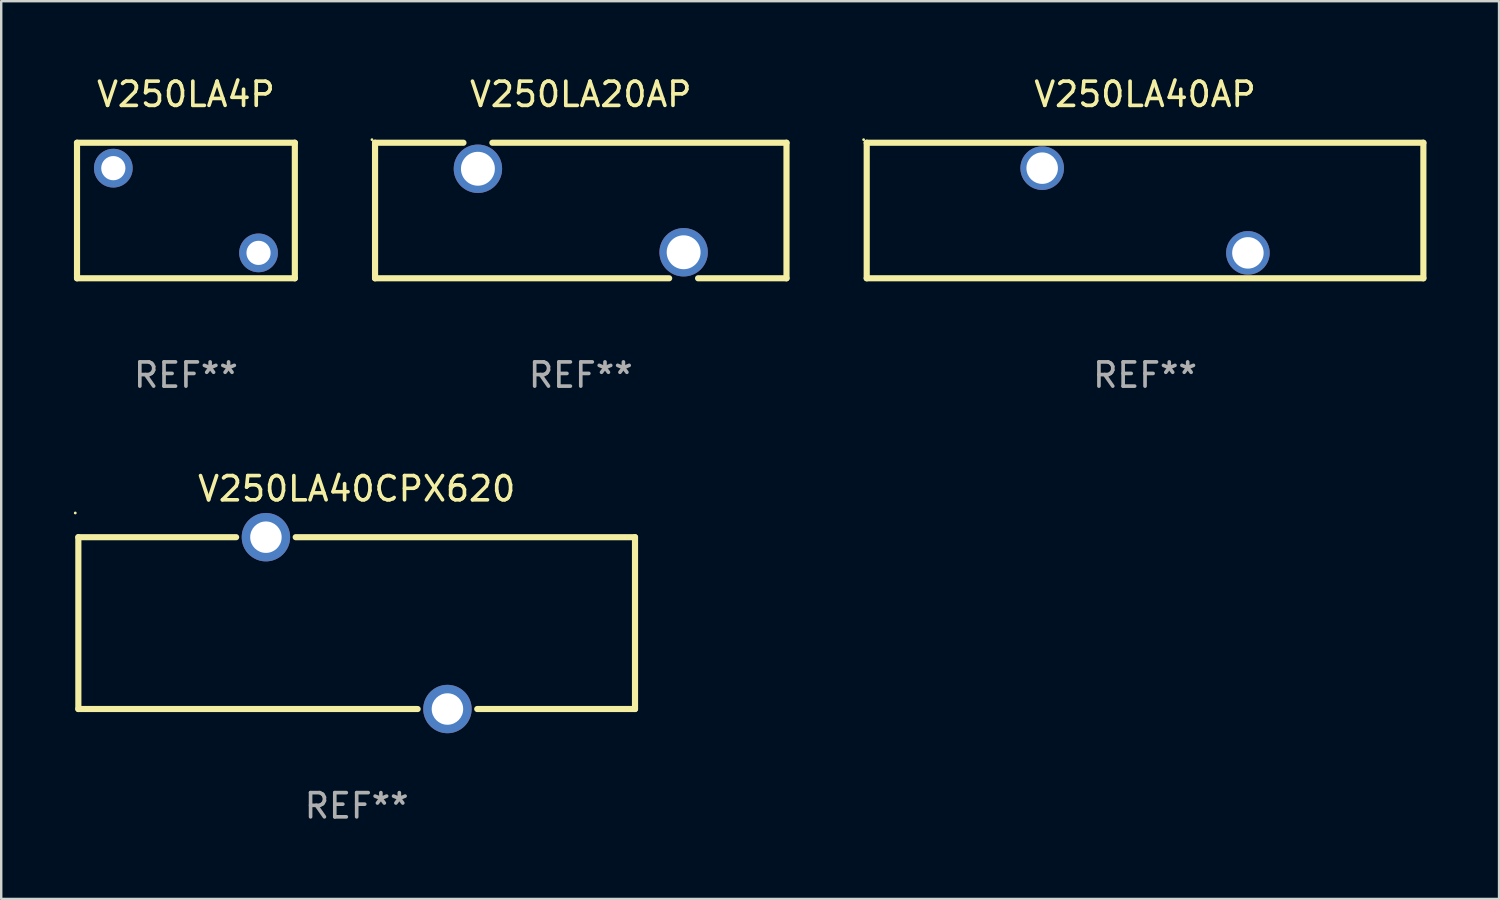
<source format=kicad_pcb>
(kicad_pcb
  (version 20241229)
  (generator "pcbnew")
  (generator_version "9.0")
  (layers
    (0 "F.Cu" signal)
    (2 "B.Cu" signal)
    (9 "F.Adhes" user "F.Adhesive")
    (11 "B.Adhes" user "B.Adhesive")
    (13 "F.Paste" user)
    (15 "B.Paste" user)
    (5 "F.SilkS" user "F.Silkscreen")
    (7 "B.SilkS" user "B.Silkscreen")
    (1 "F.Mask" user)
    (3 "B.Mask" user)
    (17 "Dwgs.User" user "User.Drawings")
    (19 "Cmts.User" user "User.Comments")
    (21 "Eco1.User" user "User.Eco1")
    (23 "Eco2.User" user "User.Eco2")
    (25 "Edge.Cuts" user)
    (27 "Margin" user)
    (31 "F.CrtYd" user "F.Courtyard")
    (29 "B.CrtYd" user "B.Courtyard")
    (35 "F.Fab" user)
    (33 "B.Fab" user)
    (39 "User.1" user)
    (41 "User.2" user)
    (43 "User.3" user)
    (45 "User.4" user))
  (footprint "V250LA40AP"
    (layer "F.Cu")
    (at 44.26 5.648)
    (property "Reference" "V250LA40AP" (at 0 -4.8 0) (layer "F.SilkS") (effects (font (size 1 1) (thickness 0.15))))
    (attr through_hole)
    (fp_line (start -11.5 -2.8) (end -11.5 2.8) (stroke (width 0.254) (type solid)) (layer "F.SilkS"))
    (fp_line (start -11.5 -2.8) (end 11.5 -2.8) (stroke (width 0.254) (type solid)) (layer "F.SilkS"))
    (fp_line (start 11.5 -2.8) (end 11.5 2.8) (stroke (width 0.254) (type solid)) (layer "F.SilkS"))
    (fp_line (start 11.5 2.8) (end -11.5 2.8) (stroke (width 0.254) (type solid)) (layer "F.SilkS"))
    (fp_circle (center -11.627 -2.927) (end -11.597 -2.927) (stroke (width 0.06) (type solid)) (fill no) (layer "F.SilkS"))
    (fp_text user "REF**" (at 0 6.8 0) (layer "F.Fab") (effects (font (size 1 1) (thickness 0.15))))
    (pad "1" thru_hole circle (at -4.25 -1.75) (size 1.8 1.8) (drill 1.3) (layers "*.Cu" "*.Mask"))
    (pad "2" thru_hole circle (at 4.25 1.75) (size 1.8 1.8) (drill 1.3) (layers "*.Cu" "*.Mask")))
  (footprint "V250LA40CPX620"
    (layer "F.Cu")
    (at 11.687 22.695)
    (property "Reference" "V250LA40CPX620" (at 0 -5.55 0) (layer "F.SilkS") (effects (font (size 1 1) (thickness 0.15))))
    (attr through_hole)
    (fp_line (start -11.5 -3.55) (end -4.981 -3.55) (stroke (width 0.254) (type solid)) (layer "F.SilkS"))
    (fp_line (start -11.5 3.55) (end -11.5 -3.55) (stroke (width 0.254) (type solid)) (layer "F.SilkS"))
    (fp_line (start -2.519 -3.55) (end 11.5 -3.55) (stroke (width 0.254) (type solid)) (layer "F.SilkS"))
    (fp_line (start 2.519 3.55) (end -11.5 3.55) (stroke (width 0.254) (type solid)) (layer "F.SilkS"))
    (fp_line (start 11.5 -3.55) (end 11.5 3.55) (stroke (width 0.254) (type solid)) (layer "F.SilkS"))
    (fp_line (start 11.5 3.55) (end 4.981 3.55) (stroke (width 0.254) (type solid)) (layer "F.SilkS"))
    (fp_circle (center -11.627 -4.55) (end -11.597 -4.55) (stroke (width 0.06) (type solid)) (fill no) (layer "F.SilkS"))
    (fp_text user "REF**" (at 0 7.55 0) (layer "F.Fab") (effects (font (size 1 1) (thickness 0.15))))
    (pad "1" thru_hole circle (at -3.75 -3.55) (size 2 2) (drill 1.3) (layers "*.Cu" "*.Mask"))
    (pad "2" thru_hole circle (at 3.75 3.55) (size 2 2) (drill 1.3) (layers "*.Cu" "*.Mask")))
  (footprint "V250LA20AP"
    (layer "F.Cu")
    (at 20.946 5.648)
    (property "Reference" "V250LA20AP" (at 0 -4.8 0) (layer "F.SilkS") (effects (font (size 1 1) (thickness 0.15))))
    (attr through_hole)
    (fp_line (start -8.5 -2.8) (end -4.847 -2.8) (stroke (width 0.254) (type solid)) (layer "F.SilkS"))
    (fp_line (start -8.5 2.8) (end -8.5 -2.8) (stroke (width 0.254) (type solid)) (layer "F.SilkS"))
    (fp_line (start -8.5 2.8) (end 3.652 2.8) (stroke (width 0.254) (type solid)) (layer "F.SilkS"))
    (fp_line (start -3.652 -2.8) (end 8.5 -2.8) (stroke (width 0.254) (type solid)) (layer "F.SilkS"))
    (fp_line (start 4.847 2.8) (end 8.5 2.8) (stroke (width 0.254) (type solid)) (layer "F.SilkS"))
    (fp_line (start 8.5 -2.8) (end 8.5 2.8) (stroke (width 0.254) (type solid)) (layer "F.SilkS"))
    (fp_circle (center -8.627 -2.927) (end -8.597 -2.927) (stroke (width 0.06) (type solid)) (fill no) (layer "F.SilkS"))
    (fp_text user "REF**" (at 0 6.8 0) (layer "F.Fab") (effects (font (size 1 1) (thickness 0.15))))
    (pad "1" thru_hole circle (at -4.25 -1.725) (size 2 2) (drill 1.4) (layers "*.Cu" "*.Mask"))
    (pad "2" thru_hole circle (at 4.25 1.725) (size 2 2) (drill 1.4) (layers "*.Cu" "*.Mask")))
  (footprint "V250LA4P"
    (layer "F.Cu")
    (at 4.632 5.648)
    (property "Reference" "V250LA4P" (at 0 -4.8 0) (layer "F.SilkS") (effects (font (size 1 1) (thickness 0.15))))
    (attr through_hole)
    (fp_line (start -4.5 -2.8) (end 4.5 -2.8) (stroke (width 0.254) (type solid)) (layer "F.SilkS"))
    (fp_line (start -4.5 2.8) (end -4.5 -2.8) (stroke (width 0.254) (type solid)) (layer "F.SilkS"))
    (fp_line (start 4.5 -2.8) (end 4.5 2.8) (stroke (width 0.254) (type solid)) (layer "F.SilkS"))
    (fp_line (start 4.5 2.8) (end -4.5 2.8) (stroke (width 0.254) (type solid)) (layer "F.SilkS"))
    (fp_circle (center -4.572 -2.794) (end -4.542 -2.794) (stroke (width 0.06) (type solid)) (fill no) (layer "F.SilkS"))
    (fp_text user "REF**" (at 0 6.8 0) (layer "F.Fab") (effects (font (size 1 1) (thickness 0.15))))
    (pad "1" thru_hole circle (at -3 -1.75) (size 1.6 1.6) (drill 1) (layers "*.Cu" "*.Mask"))
    (pad "2" thru_hole circle (at 3 1.75) (size 1.6 1.6) (drill 1) (layers "*.Cu" "*.Mask")))
  (gr_rect
    (start -3 -3)
    (end 58.887 34.093)
    (stroke (width 0.1) (type default))
    (fill no)
    (layer "Edge.Cuts")))
</source>
